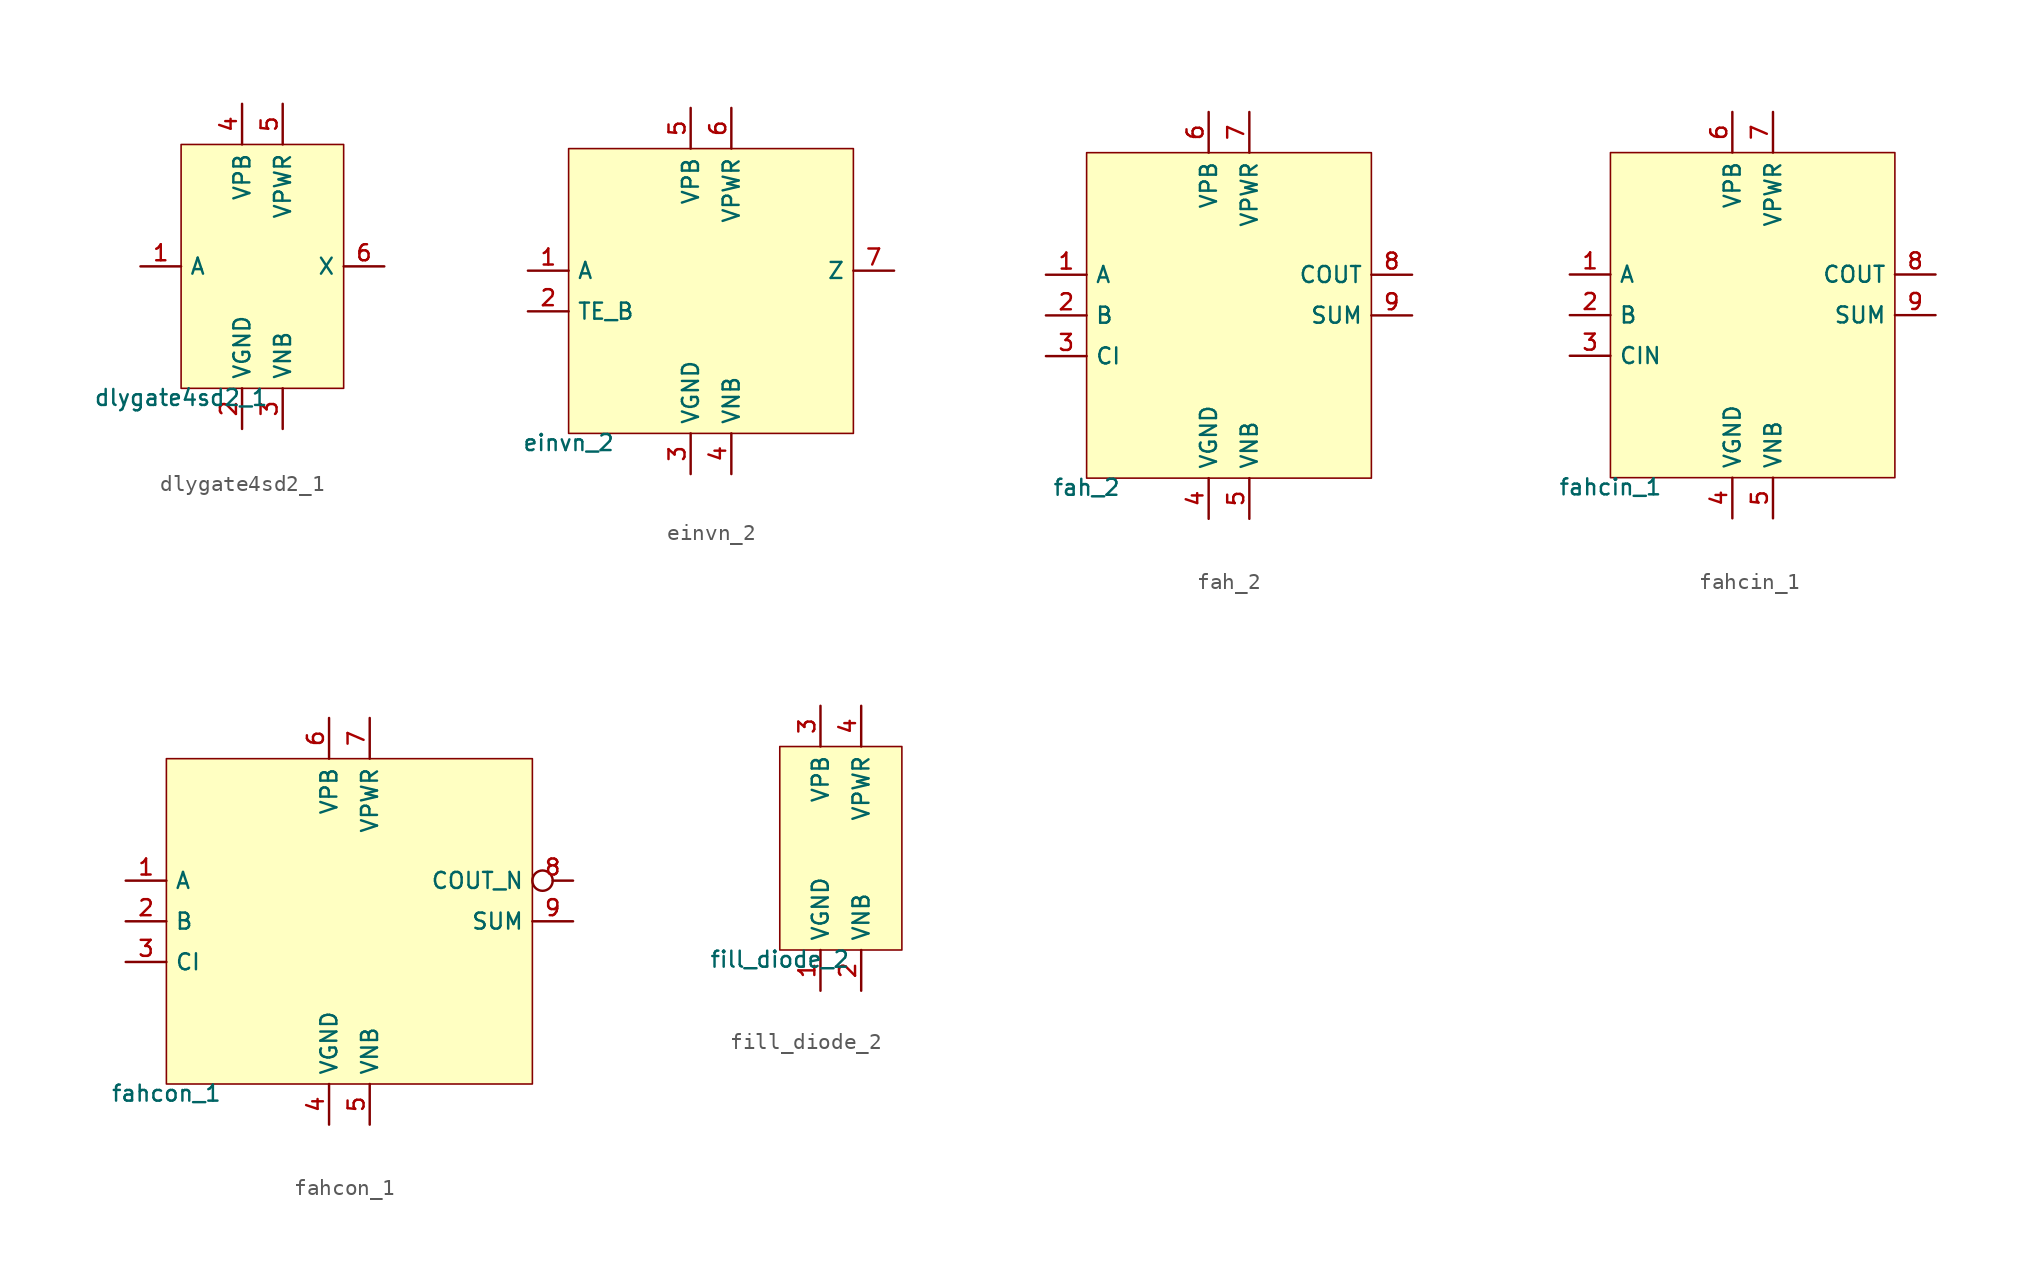
<source format=kicad_sym>
(kicad_symbol_lib
  (version 20211014)
  (generator pdk2kicad)
  (symbol "dlygate4sd2_1"
    (property "Reference" "X"
      (at 0 0 0)
      (effects (font (size 1 1)) hide))
    (property "Value" "dlygate4sd2_1"
      (at -5.08 -7.62 0)
      (effects (font (size 1 1)) (justify top)))
    (rectangle
      (start -5.08 -7.62)
      (end 5.08 7.62)
      (stroke (width 0.1) (type solid) (color 0 0 0 0))
      (fill (type background)))
    (pin input line
      (at -7.62 0.0 0)
      (length 2.54)
      (name "A" (effects (font (size 1 1)) hide))
      (number "1" (effects (font (size 1 1)) hide)))
    (pin power_in line
      (at -1.27 -10.16 90)
      (length 2.54)
      (name "VGND" (effects (font (size 1 1)) hide))
      (number "2" (effects (font (size 1 1)) hide)))
    (pin power_in line
      (at 1.27 -10.16 90)
      (length 2.54)
      (name "VNB" (effects (font (size 1 1)) hide))
      (number "3" (effects (font (size 1 1)) hide)))
    (pin power_in line
      (at -1.27 10.16 270)
      (length 2.54)
      (name "VPB" (effects (font (size 1 1)) hide))
      (number "4" (effects (font (size 1 1)) hide)))
    (pin power_in line
      (at 1.27 10.16 270)
      (length 2.54)
      (name "VPWR" (effects (font (size 1 1)) hide))
      (number "5" (effects (font (size 1 1)) hide)))
    (pin output line
      (at 7.62 0.0 180)
      (length 2.54)
      (name "X" (effects (font (size 1 1)) hide))
      (number "6" (effects (font (size 1 1)) hide))))
  (symbol "einvn_2"
    (property "Reference" "X"
      (at 0 0 0)
      (effects (font (size 1 1)) hide))
    (property "Value" "einvn_2"
      (at -8.89 -8.89 0)
      (effects (font (size 1 1)) (justify top)))
    (rectangle
      (start -8.89 -8.89)
      (end 8.89 8.89)
      (stroke (width 0.1) (type solid) (color 0 0 0 0))
      (fill (type background)))
    (pin input line
      (at -11.43 1.27 0)
      (length 2.54)
      (name "A" (effects (font (size 1 1)) hide))
      (number "1" (effects (font (size 1 1)) hide)))
    (pin input line
      (at -11.43 -1.27 0)
      (length 2.54)
      (name "TE_B" (effects (font (size 1 1)) hide))
      (number "2" (effects (font (size 1 1)) hide)))
    (pin power_in line
      (at -1.27 -11.43 90)
      (length 2.54)
      (name "VGND" (effects (font (size 1 1)) hide))
      (number "3" (effects (font (size 1 1)) hide)))
    (pin power_in line
      (at 1.27 -11.43 90)
      (length 2.54)
      (name "VNB" (effects (font (size 1 1)) hide))
      (number "4" (effects (font (size 1 1)) hide)))
    (pin power_in line
      (at -1.27 11.43 270)
      (length 2.54)
      (name "VPB" (effects (font (size 1 1)) hide))
      (number "5" (effects (font (size 1 1)) hide)))
    (pin power_in line
      (at 1.27 11.43 270)
      (length 2.54)
      (name "VPWR" (effects (font (size 1 1)) hide))
      (number "6" (effects (font (size 1 1)) hide)))
    (pin output line
      (at 11.43 1.27 180)
      (length 2.54)
      (name "Z" (effects (font (size 1 1)) hide))
      (number "7" (effects (font (size 1 1)) hide))))
  (symbol "fah_2"
    (property "Reference" "X"
      (at 0 0 0)
      (effects (font (size 1 1)) hide))
    (property "Value" "fah_2"
      (at -8.89 -10.16 0)
      (effects (font (size 1 1)) (justify top)))
    (rectangle
      (start -8.89 -10.16)
      (end 8.89 10.16)
      (stroke (width 0.1) (type solid) (color 0 0 0 0))
      (fill (type background)))
    (pin input line
      (at -11.43 2.54 0)
      (length 2.54)
      (name "A" (effects (font (size 1 1)) hide))
      (number "1" (effects (font (size 1 1)) hide)))
    (pin input line
      (at -11.43 0.0 0)
      (length 2.54)
      (name "B" (effects (font (size 1 1)) hide))
      (number "2" (effects (font (size 1 1)) hide)))
    (pin input line
      (at -11.43 -2.54 0)
      (length 2.54)
      (name "CI" (effects (font (size 1 1)) hide))
      (number "3" (effects (font (size 1 1)) hide)))
    (pin power_in line
      (at -1.27 -12.7 90)
      (length 2.54)
      (name "VGND" (effects (font (size 1 1)) hide))
      (number "4" (effects (font (size 1 1)) hide)))
    (pin power_in line
      (at 1.27 -12.7 90)
      (length 2.54)
      (name "VNB" (effects (font (size 1 1)) hide))
      (number "5" (effects (font (size 1 1)) hide)))
    (pin power_in line
      (at -1.27 12.7 270)
      (length 2.54)
      (name "VPB" (effects (font (size 1 1)) hide))
      (number "6" (effects (font (size 1 1)) hide)))
    (pin power_in line
      (at 1.27 12.7 270)
      (length 2.54)
      (name "VPWR" (effects (font (size 1 1)) hide))
      (number "7" (effects (font (size 1 1)) hide)))
    (pin output line
      (at 11.43 2.54 180)
      (length 2.54)
      (name "COUT" (effects (font (size 1 1)) hide))
      (number "8" (effects (font (size 1 1)) hide)))
    (pin output line
      (at 11.43 0.0 180)
      (length 2.54)
      (name "SUM" (effects (font (size 1 1)) hide))
      (number "9" (effects (font (size 1 1)) hide))))
  (symbol "fahcin_1"
    (property "Reference" "X"
      (at 0 0 0)
      (effects (font (size 1 1)) hide))
    (property "Value" "fahcin_1"
      (at -8.89 -10.16 0)
      (effects (font (size 1 1)) (justify top)))
    (rectangle
      (start -8.89 -10.16)
      (end 8.89 10.16)
      (stroke (width 0.1) (type solid) (color 0 0 0 0))
      (fill (type background)))
    (pin input line
      (at -11.43 2.54 0)
      (length 2.54)
      (name "A" (effects (font (size 1 1)) hide))
      (number "1" (effects (font (size 1 1)) hide)))
    (pin input line
      (at -11.43 0.0 0)
      (length 2.54)
      (name "B" (effects (font (size 1 1)) hide))
      (number "2" (effects (font (size 1 1)) hide)))
    (pin input line
      (at -11.43 -2.54 0)
      (length 2.54)
      (name "CIN" (effects (font (size 1 1)) hide))
      (number "3" (effects (font (size 1 1)) hide)))
    (pin power_in line
      (at -1.27 -12.7 90)
      (length 2.54)
      (name "VGND" (effects (font (size 1 1)) hide))
      (number "4" (effects (font (size 1 1)) hide)))
    (pin power_in line
      (at 1.27 -12.7 90)
      (length 2.54)
      (name "VNB" (effects (font (size 1 1)) hide))
      (number "5" (effects (font (size 1 1)) hide)))
    (pin power_in line
      (at -1.27 12.7 270)
      (length 2.54)
      (name "VPB" (effects (font (size 1 1)) hide))
      (number "6" (effects (font (size 1 1)) hide)))
    (pin power_in line
      (at 1.27 12.7 270)
      (length 2.54)
      (name "VPWR" (effects (font (size 1 1)) hide))
      (number "7" (effects (font (size 1 1)) hide)))
    (pin output line
      (at 11.43 2.54 180)
      (length 2.54)
      (name "COUT" (effects (font (size 1 1)) hide))
      (number "8" (effects (font (size 1 1)) hide)))
    (pin output line
      (at 11.43 0.0 180)
      (length 2.54)
      (name "SUM" (effects (font (size 1 1)) hide))
      (number "9" (effects (font (size 1 1)) hide))))
  (symbol "fahcon_1"
    (property "Reference" "X"
      (at 0 0 0)
      (effects (font (size 1 1)) hide))
    (property "Value" "fahcon_1"
      (at -11.43 -10.16 0)
      (effects (font (size 1 1)) (justify top)))
    (rectangle
      (start -11.43 -10.16)
      (end 11.43 10.16)
      (stroke (width 0.1) (type solid) (color 0 0 0 0))
      (fill (type background)))
    (pin input line
      (at -13.97 2.54 0)
      (length 2.54)
      (name "A" (effects (font (size 1 1)) hide))
      (number "1" (effects (font (size 1 1)) hide)))
    (pin input line
      (at -13.97 0.0 0)
      (length 2.54)
      (name "B" (effects (font (size 1 1)) hide))
      (number "2" (effects (font (size 1 1)) hide)))
    (pin input line
      (at -13.97 -2.54 0)
      (length 2.54)
      (name "CI" (effects (font (size 1 1)) hide))
      (number "3" (effects (font (size 1 1)) hide)))
    (pin power_in line
      (at -1.27 -12.7 90)
      (length 2.54)
      (name "VGND" (effects (font (size 1 1)) hide))
      (number "4" (effects (font (size 1 1)) hide)))
    (pin power_in line
      (at 1.27 -12.7 90)
      (length 2.54)
      (name "VNB" (effects (font (size 1 1)) hide))
      (number "5" (effects (font (size 1 1)) hide)))
    (pin power_in line
      (at -1.27 12.7 270)
      (length 2.54)
      (name "VPB" (effects (font (size 1 1)) hide))
      (number "6" (effects (font (size 1 1)) hide)))
    (pin power_in line
      (at 1.27 12.7 270)
      (length 2.54)
      (name "VPWR" (effects (font (size 1 1)) hide))
      (number "7" (effects (font (size 1 1)) hide)))
    (pin output inverted
      (at 13.97 2.54 180)
      (length 2.54)
      (name "COUT_N" (effects (font (size 1 1)) hide))
      (number "8" (effects (font (size 1 1)) hide)))
    (pin output line
      (at 13.97 0.0 180)
      (length 2.54)
      (name "SUM" (effects (font (size 1 1)) hide))
      (number "9" (effects (font (size 1 1)) hide))))
  (symbol "fill_diode_2"
    (property "Reference" "X"
      (at 0 0 0)
      (effects (font (size 1 1)) hide))
    (property "Value" "fill_diode_2"
      (at -3.81 -6.35 0)
      (effects (font (size 1 1)) (justify top)))
    (rectangle
      (start -3.81 -6.35)
      (end 3.81 6.35)
      (stroke (width 0.1) (type solid) (color 0 0 0 0))
      (fill (type background)))
    (pin power_in line
      (at -1.27 -8.89 90)
      (length 2.54)
      (name "VGND" (effects (font (size 1 1)) hide))
      (number "1" (effects (font (size 1 1)) hide)))
    (pin power_in line
      (at 1.27 -8.89 90)
      (length 2.54)
      (name "VNB" (effects (font (size 1 1)) hide))
      (number "2" (effects (font (size 1 1)) hide)))
    (pin power_in line
      (at -1.27 8.89 270)
      (length 2.54)
      (name "VPB" (effects (font (size 1 1)) hide))
      (number "3" (effects (font (size 1 1)) hide)))
    (pin power_in line
      (at 1.27 8.89 270)
      (length 2.54)
      (name "VPWR" (effects (font (size 1 1)) hide))
      (number "4" (effects (font (size 1 1)) hide)))))
</source>
